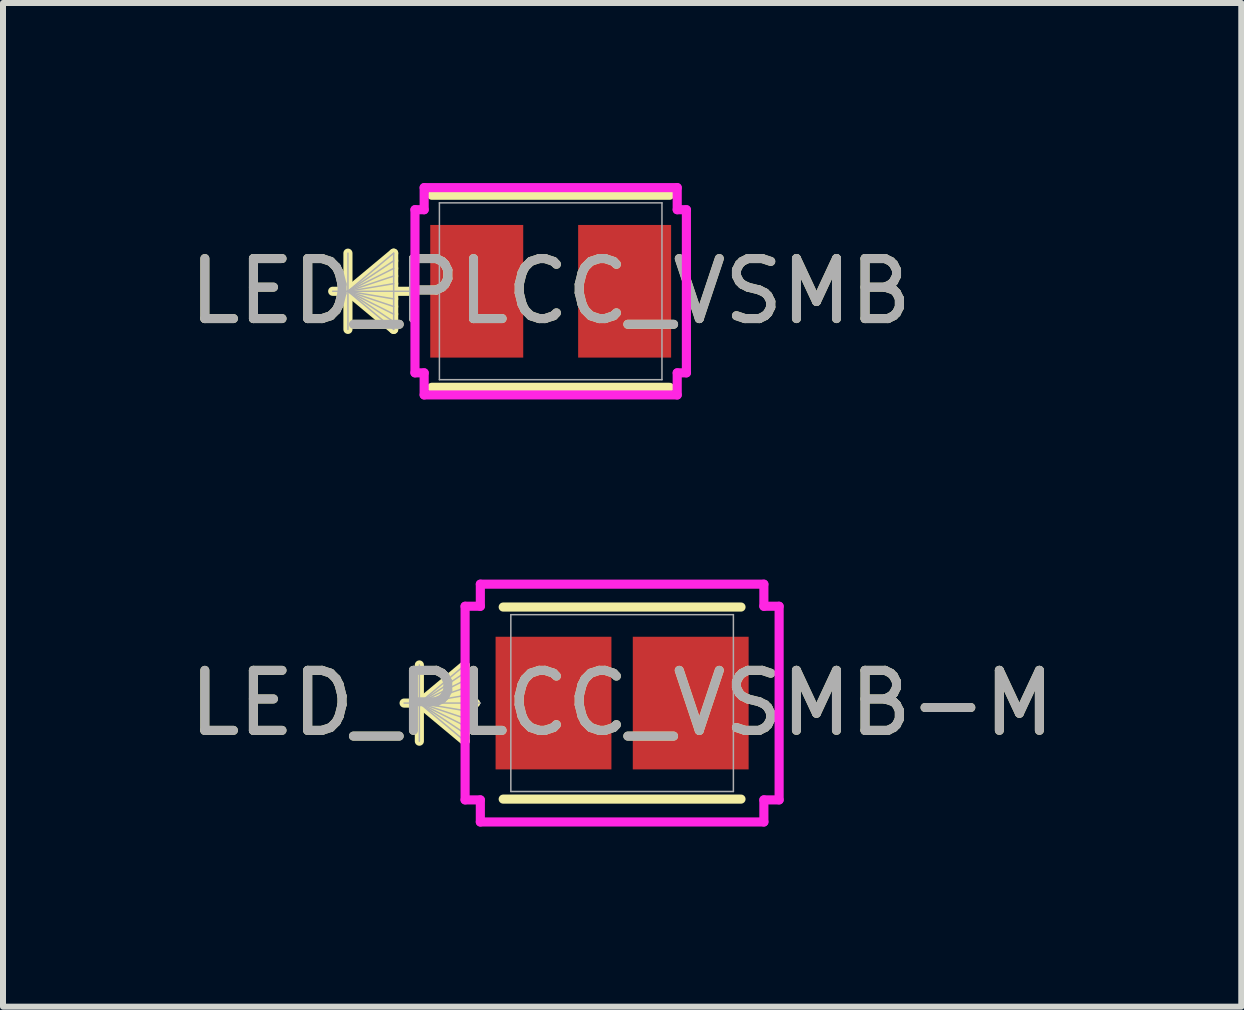
<source format=kicad_pcb>
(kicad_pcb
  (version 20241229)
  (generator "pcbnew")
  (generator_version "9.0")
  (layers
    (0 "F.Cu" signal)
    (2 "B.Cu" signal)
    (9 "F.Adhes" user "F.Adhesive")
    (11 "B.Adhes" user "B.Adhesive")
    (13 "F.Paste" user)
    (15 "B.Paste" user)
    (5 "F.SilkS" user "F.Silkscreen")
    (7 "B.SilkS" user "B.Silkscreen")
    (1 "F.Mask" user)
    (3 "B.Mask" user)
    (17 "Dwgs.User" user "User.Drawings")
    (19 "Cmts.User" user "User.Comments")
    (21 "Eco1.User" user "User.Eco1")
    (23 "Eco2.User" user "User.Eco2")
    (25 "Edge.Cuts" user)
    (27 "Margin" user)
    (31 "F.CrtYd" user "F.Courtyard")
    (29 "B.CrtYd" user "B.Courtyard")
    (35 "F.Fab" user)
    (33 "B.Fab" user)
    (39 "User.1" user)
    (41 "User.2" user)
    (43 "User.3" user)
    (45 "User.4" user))
  (footprint "LED_PLCC_VSMB-M"
    (layer "F.Cu")
    (at 7.315 8.664)
    (property "Reference" "LED_PLCC_VSMB-M" (at 0 0 0) (unlocked yes) (layer "F.SilkS") (effects (font (size 1 1) (thickness 0.15))))
    (attr smd)
    (fp_line (start -3.378 -0.635) (end -3.378 0.635) (stroke (width 0.152) (type solid)) (layer "F.SilkS"))
    (fp_line (start -3.378 0) (end -2.616 -0.635) (stroke (width 0.152) (type solid)) (layer "F.SilkS"))
    (fp_line (start -3.378 0) (end -2.616 -0.508) (stroke (width 0.152) (type solid)) (layer "F.SilkS"))
    (fp_line (start -3.378 0) (end -2.616 -0.381) (stroke (width 0.152) (type solid)) (layer "F.SilkS"))
    (fp_line (start -3.378 0) (end -2.616 -0.254) (stroke (width 0.152) (type solid)) (layer "F.SilkS"))
    (fp_line (start -3.378 0) (end -2.616 -0.127) (stroke (width 0.152) (type solid)) (layer "F.SilkS"))
    (fp_line (start -3.378 0) (end -2.616 0.127) (stroke (width 0.152) (type solid)) (layer "F.SilkS"))
    (fp_line (start -3.378 0) (end -2.616 0.254) (stroke (width 0.152) (type solid)) (layer "F.SilkS"))
    (fp_line (start -3.378 0) (end -2.616 0.381) (stroke (width 0.152) (type solid)) (layer "F.SilkS"))
    (fp_line (start -3.378 0) (end -2.616 0.508) (stroke (width 0.152) (type solid)) (layer "F.SilkS"))
    (fp_line (start -3.378 0) (end -2.616 0.635) (stroke (width 0.152) (type solid)) (layer "F.SilkS"))
    (fp_line (start -2.616 -0.635) (end -2.616 0.635) (stroke (width 0.152) (type solid)) (layer "F.SilkS"))
    (fp_line (start -2.441 0) (end -3.632 0) (stroke (width 0.152) (type solid)) (layer "F.SilkS"))
    (fp_line (start -1.981 1.6) (end 1.981 1.6) (stroke (width 0.152) (type solid)) (layer "F.SilkS"))
    (fp_line (start 1.981 -1.6) (end -1.981 -1.6) (stroke (width 0.152) (type solid)) (layer "F.SilkS"))
    (fp_line (start -2.616 -1.613) (end -2.362 -1.613) (stroke (width 0.152) (type solid)) (layer "F.CrtYd"))
    (fp_line (start -2.616 1.613) (end -2.616 -1.613) (stroke (width 0.152) (type solid)) (layer "F.CrtYd"))
    (fp_line (start -2.362 -1.981) (end 2.362 -1.981) (stroke (width 0.152) (type solid)) (layer "F.CrtYd"))
    (fp_line (start -2.362 -1.613) (end -2.362 -1.981) (stroke (width 0.152) (type solid)) (layer "F.CrtYd"))
    (fp_line (start -2.362 1.613) (end -2.616 1.613) (stroke (width 0.152) (type solid)) (layer "F.CrtYd"))
    (fp_line (start -2.362 1.981) (end -2.362 1.613) (stroke (width 0.152) (type solid)) (layer "F.CrtYd"))
    (fp_line (start 2.362 -1.981) (end 2.362 -1.613) (stroke (width 0.152) (type solid)) (layer "F.CrtYd"))
    (fp_line (start 2.362 -1.613) (end 2.616 -1.613) (stroke (width 0.152) (type solid)) (layer "F.CrtYd"))
    (fp_line (start 2.362 1.613) (end 2.362 1.981) (stroke (width 0.152) (type solid)) (layer "F.CrtYd"))
    (fp_line (start 2.362 1.981) (end -2.362 1.981) (stroke (width 0.152) (type solid)) (layer "F.CrtYd"))
    (fp_line (start 2.616 -1.613) (end 2.616 1.613) (stroke (width 0.152) (type solid)) (layer "F.CrtYd"))
    (fp_line (start 2.616 1.613) (end 2.362 1.613) (stroke (width 0.152) (type solid)) (layer "F.CrtYd"))
    (fp_line (start -3.378 -0.635) (end -3.378 0.635) (stroke (width 0.025) (type solid)) (layer "F.Fab"))
    (fp_line (start -3.378 0) (end -2.616 -0.635) (stroke (width 0.025) (type solid)) (layer "F.Fab"))
    (fp_line (start -3.378 0) (end -2.616 -0.508) (stroke (width 0.025) (type solid)) (layer "F.Fab"))
    (fp_line (start -3.378 0) (end -2.616 -0.381) (stroke (width 0.025) (type solid)) (layer "F.Fab"))
    (fp_line (start -3.378 0) (end -2.616 -0.254) (stroke (width 0.025) (type solid)) (layer "F.Fab"))
    (fp_line (start -3.378 0) (end -2.616 -0.127) (stroke (width 0.025) (type solid)) (layer "F.Fab"))
    (fp_line (start -3.378 0) (end -2.616 0.127) (stroke (width 0.025) (type solid)) (layer "F.Fab"))
    (fp_line (start -3.378 0) (end -2.616 0.254) (stroke (width 0.025) (type solid)) (layer "F.Fab"))
    (fp_line (start -3.378 0) (end -2.616 0.381) (stroke (width 0.025) (type solid)) (layer "F.Fab"))
    (fp_line (start -3.378 0) (end -2.616 0.508) (stroke (width 0.025) (type solid)) (layer "F.Fab"))
    (fp_line (start -3.378 0) (end -2.616 0.635) (stroke (width 0.025) (type solid)) (layer "F.Fab"))
    (fp_line (start -2.616 -0.635) (end -2.616 0.635) (stroke (width 0.025) (type solid)) (layer "F.Fab"))
    (fp_line (start -2.362 0) (end -3.632 0) (stroke (width 0.025) (type solid)) (layer "F.Fab"))
    (fp_line (start -1.854 -1.473) (end -1.854 1.473) (stroke (width 0.025) (type solid)) (layer "F.Fab"))
    (fp_line (start -1.854 1.473) (end 1.854 1.473) (stroke (width 0.025) (type solid)) (layer "F.Fab"))
    (fp_line (start 1.854 -1.473) (end -1.854 -1.473) (stroke (width 0.025) (type solid)) (layer "F.Fab"))
    (fp_line (start 1.854 1.473) (end 1.854 -1.473) (stroke (width 0.025) (type solid)) (layer "F.Fab"))
    (fp_text user "${REFERENCE}" (at 0 0 0) (unlocked yes) (layer "F.Fab") (effects (font (size 1 1) (thickness 0.15))))
    (pad "1" smd rect (at -1.143 0 90) (size 2.21 1.93) (layers "F.Cu" "F.Mask" "F.Paste"))
    (pad "2" smd rect (at 1.143 0 90) (size 2.21 1.93) (layers "F.Cu" "F.Mask" "F.Paste"))
    (zone (net_name "") (layer "F.Cu") (hatch full 0.508) (connect_pads) (min_thickness 0.254) (filled_areas_thickness no) (keepout (tracks not_allowed) (vias not_allowed) (pads allowed) (copperpour not_allowed) (footprints allowed)) (placement (enabled no)) (fill) (polygon (pts (xy 5.512 7.242) (xy 9.119 7.242) (xy 9.119 7.508) (xy 5.512 7.508))))
    (zone (net_name "") (layer "F.Cu") (hatch full 0.508) (connect_pads) (min_thickness 0.254) (filled_areas_thickness no) (keepout (tracks not_allowed) (vias not_allowed) (pads allowed) (copperpour not_allowed) (footprints allowed)) (placement (enabled no)) (fill) (polygon (pts (xy 5.512 9.82) (xy 9.119 9.82) (xy 9.119 10.087) (xy 5.512 10.087))))
    (zone (net_name "") (layer "F.Cu") (hatch full 0.508) (connect_pads) (min_thickness 0.254) (filled_areas_thickness no) (keepout (tracks not_allowed) (vias not_allowed) (pads allowed) (copperpour not_allowed) (footprints allowed)) (placement (enabled no)) (fill) (polygon (pts (xy 7.188 7.508) (xy 7.442 7.508) (xy 7.442 9.82) (xy 7.188 9.82)))))
  (footprint "LED_PLCC_VSMB"
    (layer "F.Cu")
    (at 6.125 1.803)
    (property "Reference" "LED_PLCC_VSMB" (at 0 0 0) (unlocked yes) (layer "F.SilkS") (effects (font (size 1 1) (thickness 0.15))))
    (attr smd)
    (fp_line (start -3.378 -0.635) (end -3.378 0.635) (stroke (width 0.152) (type solid)) (layer "F.SilkS"))
    (fp_line (start -3.378 0) (end -2.616 -0.635) (stroke (width 0.152) (type solid)) (layer "F.SilkS"))
    (fp_line (start -3.378 0) (end -2.616 -0.508) (stroke (width 0.152) (type solid)) (layer "F.SilkS"))
    (fp_line (start -3.378 0) (end -2.616 -0.381) (stroke (width 0.152) (type solid)) (layer "F.SilkS"))
    (fp_line (start -3.378 0) (end -2.616 -0.254) (stroke (width 0.152) (type solid)) (layer "F.SilkS"))
    (fp_line (start -3.378 0) (end -2.616 -0.127) (stroke (width 0.152) (type solid)) (layer "F.SilkS"))
    (fp_line (start -3.378 0) (end -2.616 0.127) (stroke (width 0.152) (type solid)) (layer "F.SilkS"))
    (fp_line (start -3.378 0) (end -2.616 0.254) (stroke (width 0.152) (type solid)) (layer "F.SilkS"))
    (fp_line (start -3.378 0) (end -2.616 0.381) (stroke (width 0.152) (type solid)) (layer "F.SilkS"))
    (fp_line (start -3.378 0) (end -2.616 0.508) (stroke (width 0.152) (type solid)) (layer "F.SilkS"))
    (fp_line (start -3.378 0) (end -2.616 0.635) (stroke (width 0.152) (type solid)) (layer "F.SilkS"))
    (fp_line (start -2.616 -0.635) (end -2.616 0.635) (stroke (width 0.152) (type solid)) (layer "F.SilkS"))
    (fp_line (start -2.362 0) (end -3.632 0) (stroke (width 0.152) (type solid)) (layer "F.SilkS"))
    (fp_line (start -1.981 1.6) (end 1.981 1.6) (stroke (width 0.152) (type solid)) (layer "F.SilkS"))
    (fp_line (start 1.981 -1.6) (end -1.981 -1.6) (stroke (width 0.152) (type solid)) (layer "F.SilkS"))
    (fp_line (start -2.261 -1.359) (end -2.108 -1.359) (stroke (width 0.152) (type solid)) (layer "F.CrtYd"))
    (fp_line (start -2.261 1.359) (end -2.261 -1.359) (stroke (width 0.152) (type solid)) (layer "F.CrtYd"))
    (fp_line (start -2.108 -1.727) (end 2.108 -1.727) (stroke (width 0.152) (type solid)) (layer "F.CrtYd"))
    (fp_line (start -2.108 -1.359) (end -2.108 -1.727) (stroke (width 0.152) (type solid)) (layer "F.CrtYd"))
    (fp_line (start -2.108 1.359) (end -2.261 1.359) (stroke (width 0.152) (type solid)) (layer "F.CrtYd"))
    (fp_line (start -2.108 1.727) (end -2.108 1.359) (stroke (width 0.152) (type solid)) (layer "F.CrtYd"))
    (fp_line (start 2.108 -1.727) (end 2.108 -1.359) (stroke (width 0.152) (type solid)) (layer "F.CrtYd"))
    (fp_line (start 2.108 -1.359) (end 2.261 -1.359) (stroke (width 0.152) (type solid)) (layer "F.CrtYd"))
    (fp_line (start 2.108 1.359) (end 2.108 1.727) (stroke (width 0.152) (type solid)) (layer "F.CrtYd"))
    (fp_line (start 2.108 1.727) (end -2.108 1.727) (stroke (width 0.152) (type solid)) (layer "F.CrtYd"))
    (fp_line (start 2.261 -1.359) (end 2.261 1.359) (stroke (width 0.152) (type solid)) (layer "F.CrtYd"))
    (fp_line (start 2.261 1.359) (end 2.108 1.359) (stroke (width 0.152) (type solid)) (layer "F.CrtYd"))
    (fp_line (start -3.378 -0.635) (end -3.378 0.635) (stroke (width 0.025) (type solid)) (layer "F.Fab"))
    (fp_line (start -3.378 0) (end -2.616 -0.635) (stroke (width 0.025) (type solid)) (layer "F.Fab"))
    (fp_line (start -3.378 0) (end -2.616 -0.508) (stroke (width 0.025) (type solid)) (layer "F.Fab"))
    (fp_line (start -3.378 0) (end -2.616 -0.381) (stroke (width 0.025) (type solid)) (layer "F.Fab"))
    (fp_line (start -3.378 0) (end -2.616 -0.254) (stroke (width 0.025) (type solid)) (layer "F.Fab"))
    (fp_line (start -3.378 0) (end -2.616 -0.127) (stroke (width 0.025) (type solid)) (layer "F.Fab"))
    (fp_line (start -3.378 0) (end -2.616 0.127) (stroke (width 0.025) (type solid)) (layer "F.Fab"))
    (fp_line (start -3.378 0) (end -2.616 0.254) (stroke (width 0.025) (type solid)) (layer "F.Fab"))
    (fp_line (start -3.378 0) (end -2.616 0.381) (stroke (width 0.025) (type solid)) (layer "F.Fab"))
    (fp_line (start -3.378 0) (end -2.616 0.508) (stroke (width 0.025) (type solid)) (layer "F.Fab"))
    (fp_line (start -3.378 0) (end -2.616 0.635) (stroke (width 0.025) (type solid)) (layer "F.Fab"))
    (fp_line (start -2.616 -0.635) (end -2.616 0.635) (stroke (width 0.025) (type solid)) (layer "F.Fab"))
    (fp_line (start -2.362 0) (end -3.632 0) (stroke (width 0.025) (type solid)) (layer "F.Fab"))
    (fp_line (start -1.854 -1.473) (end -1.854 1.473) (stroke (width 0.025) (type solid)) (layer "F.Fab"))
    (fp_line (start -1.854 1.473) (end 1.854 1.473) (stroke (width 0.025) (type solid)) (layer "F.Fab"))
    (fp_line (start 1.854 -1.473) (end -1.854 -1.473) (stroke (width 0.025) (type solid)) (layer "F.Fab"))
    (fp_line (start 1.854 1.473) (end 1.854 -1.473) (stroke (width 0.025) (type solid)) (layer "F.Fab"))
    (fp_text user "${REFERENCE}" (at 0 0 0) (unlocked yes) (layer "F.Fab") (effects (font (size 1 1) (thickness 0.15))))
    (pad "1" smd rect (at -1.232 0 90) (size 2.21 1.549) (layers "F.Cu" "F.Mask" "F.Paste"))
    (pad "2" smd rect (at 1.232 0 90) (size 2.21 1.549) (layers "F.Cu" "F.Mask" "F.Paste"))
    (zone (net_name "") (layer "F.Cu") (hatch full 0.508) (connect_pads) (min_thickness 0.254) (filled_areas_thickness no) (keepout (tracks not_allowed) (vias not_allowed) (pads allowed) (copperpour not_allowed) (footprints allowed)) (placement (enabled no)) (fill) (polygon (pts (xy 4.322 0.381) (xy 7.928 0.381) (xy 7.928 0.648) (xy 4.322 0.648))))
    (zone (net_name "") (layer "F.Cu") (hatch full 0.508) (connect_pads) (min_thickness 0.254) (filled_areas_thickness no) (keepout (tracks not_allowed) (vias not_allowed) (pads allowed) (copperpour not_allowed) (footprints allowed)) (placement (enabled no)) (fill) (polygon (pts (xy 4.322 2.959) (xy 7.928 2.959) (xy 7.928 3.226) (xy 4.322 3.226))))
    (zone (net_name "") (layer "F.Cu") (hatch full 0.508) (connect_pads) (min_thickness 0.254) (filled_areas_thickness no) (keepout (tracks not_allowed) (vias not_allowed) (pads allowed) (copperpour not_allowed) (footprints allowed)) (placement (enabled no)) (fill) (polygon (pts (xy 5.719 0.648) (xy 6.531 0.648) (xy 6.531 2.959) (xy 5.719 2.959)))))
  (gr_rect
    (start -3 -3)
    (end 17.631 13.722)
    (stroke (width 0.1) (type default))
    (fill no)
    (layer "Edge.Cuts")))
</source>
